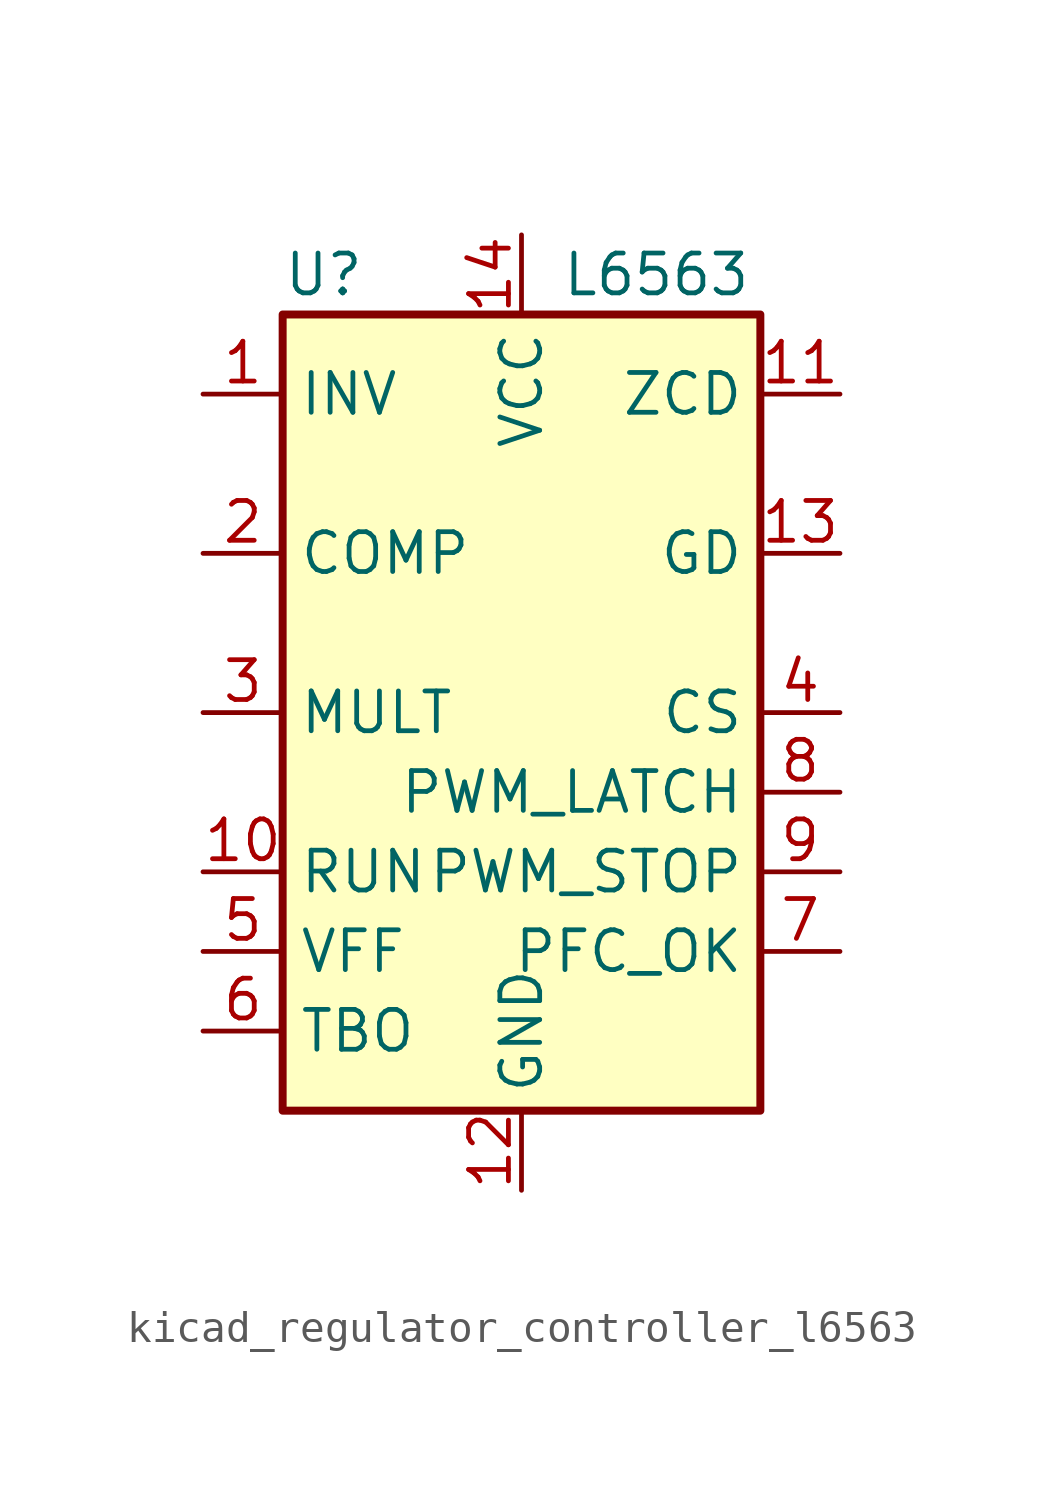
<source format=kicad_sym>
(kicad_symbol_lib
  (version 20220914)
  (generator kicad_symbol_editor)
  (symbol "kicad_regulator_controller_l6563"
    (property "Reference" "U"
      (at -7.62 13.97 0)
      (effects (font (size 1.27 1.27)) (justify left)))
    (property "Value" "L6563"
      (at 1.27 13.97 0)
      (effects (font (size 1.27 1.27)) (justify left)))
    (symbol "kicad_regulator_controller_l6563_0_0"
      (rectangle (start -7.62 12.7) (end 7.62 -12.7) (stroke (width 0.254) (type default)) (fill (type background))))
    (symbol "kicad_regulator_controller_l6563_1_1"
      (pin input line (at -10.16 10.16 0) (length 2.54) (name "INV" (effects (font (size 1.27 1.27)))) (number "1" (effects (font (size 1.27 1.27)))))
      (pin input line (at -10.16 -5.08 0) (length 2.54) (name "RUN" (effects (font (size 1.27 1.27)))) (number "10" (effects (font (size 1.27 1.27)))))
      (pin input line (at 10.16 10.16 180) (length 2.54) (name "ZCD" (effects (font (size 1.27 1.27)))) (number "11" (effects (font (size 1.27 1.27)))))
      (pin power_in line (at 0 -15.24 90) (length 2.54) (name "GND" (effects (font (size 1.27 1.27)))) (number "12" (effects (font (size 1.27 1.27)))))
      (pin output line (at 10.16 5.08 180) (length 2.54) (name "GD" (effects (font (size 1.27 1.27)))) (number "13" (effects (font (size 1.27 1.27)))))
      (pin power_in line (at 0 15.24 270) (length 2.54) (name "VCC" (effects (font (size 1.27 1.27)))) (number "14" (effects (font (size 1.27 1.27)))))
      (pin output line (at -10.16 5.08 0) (length 2.54) (name "COMP" (effects (font (size 1.27 1.27)))) (number "2" (effects (font (size 1.27 1.27)))))
      (pin input line (at -10.16 0 0) (length 2.54) (name "MULT" (effects (font (size 1.27 1.27)))) (number "3" (effects (font (size 1.27 1.27)))))
      (pin input line (at 10.16 0 180) (length 2.54) (name "CS" (effects (font (size 1.27 1.27)))) (number "4" (effects (font (size 1.27 1.27)))))
      (pin passive line (at -10.16 -7.62 0) (length 2.54) (name "VFF" (effects (font (size 1.27 1.27)))) (number "5" (effects (font (size 1.27 1.27)))))
      (pin passive line (at -10.16 -10.16 0) (length 2.54) (name "TBO" (effects (font (size 1.27 1.27)))) (number "6" (effects (font (size 1.27 1.27)))))
      (pin input line (at 10.16 -7.62 180) (length 2.54) (name "PFC_OK" (effects (font (size 1.27 1.27)))) (number "7" (effects (font (size 1.27 1.27)))))
      (pin output line (at 10.16 -2.54 180) (length 2.54) (name "PWM_LATCH" (effects (font (size 1.27 1.27)))) (number "8" (effects (font (size 1.27 1.27)))))
      (pin output line (at 10.16 -5.08 180) (length 2.54) (name "PWM_STOP" (effects (font (size 1.27 1.27)))) (number "9" (effects (font (size 1.27 1.27))))))))
</source>
